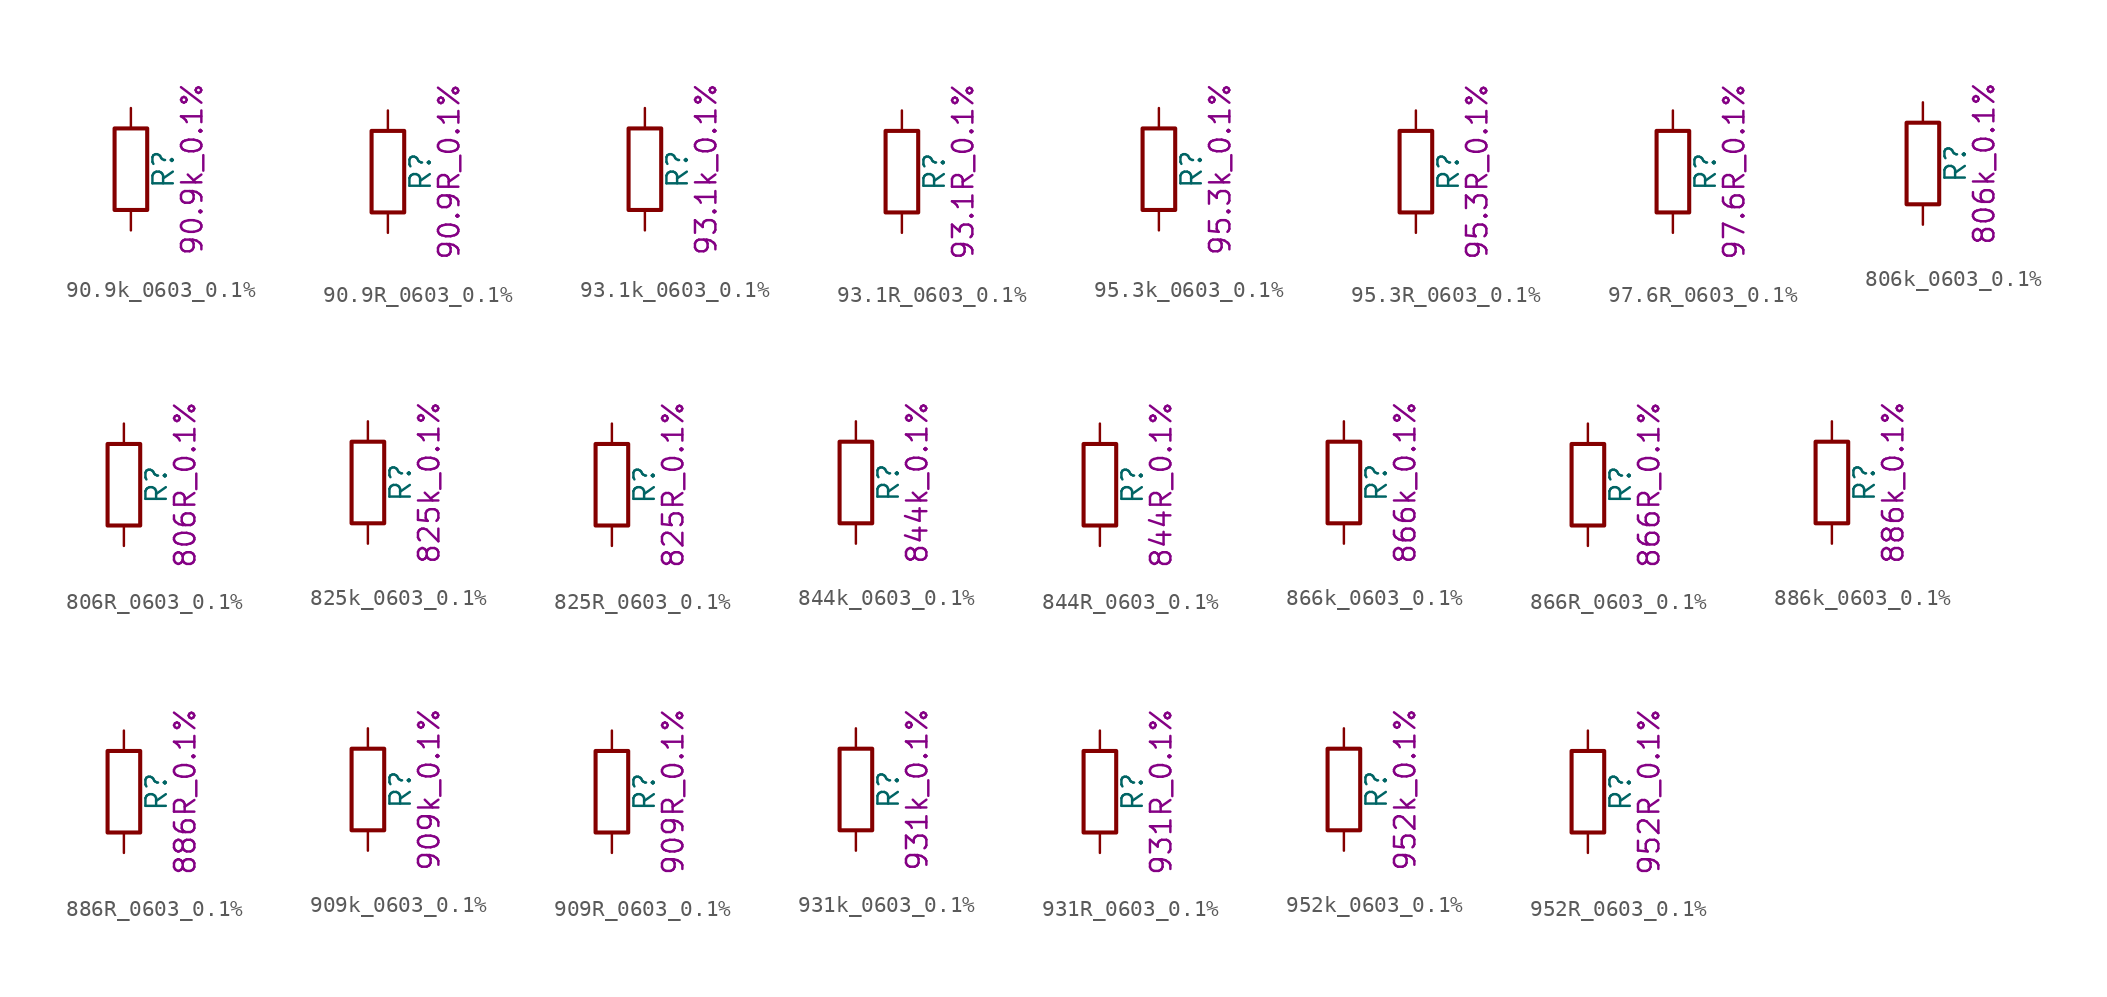
<source format=kicad_sym>
(kicad_symbol_lib
  (version 20211014)
  (generator kicad_symbol_editor)
  (symbol "90.9k_0603_0.1%"
    (pin_numbers hide)
    (pin_names
      (offset 0))
    (property "Reference" "R"
      (at 2.032 0 90)
      (effects (font (size 1.27 1.27))))
    (property "Display" "90.9k_0.1%"
      (at 3.81 0 90)
      (effects (font (size 1.27 1.27))))
    (symbol "90.9k_0603_0.1%_0_1"
      (rectangle (start -1.016 -2.54) (end 1.016 2.54) (stroke (width 0.254) (type default) (color 0 0 0 0)) (fill (type none))))
    (symbol "90.9k_0603_0.1%_1_1"
      (pin passive line (at 0 3.81 270) (length 1.27) (name "~" (effects (font (size 1.27 1.27)))) (number "1" (effects (font (size 1.27 1.27)))))
      (pin passive line (at 0 -3.81 90) (length 1.27) (name "~" (effects (font (size 1.27 1.27)))) (number "2" (effects (font (size 1.27 1.27)))))))
  (symbol "90.9R_0603_0.1%"
    (pin_numbers hide)
    (pin_names
      (offset 0))
    (property "Reference" "R"
      (at 2.032 0 90)
      (effects (font (size 1.27 1.27))))
    (property "Display" "90.9R_0.1%"
      (at 3.81 0 90)
      (effects (font (size 1.27 1.27))))
    (symbol "90.9R_0603_0.1%_0_1"
      (rectangle (start -1.016 -2.54) (end 1.016 2.54) (stroke (width 0.254) (type default) (color 0 0 0 0)) (fill (type none))))
    (symbol "90.9R_0603_0.1%_1_1"
      (pin passive line (at 0 3.81 270) (length 1.27) (name "~" (effects (font (size 1.27 1.27)))) (number "1" (effects (font (size 1.27 1.27)))))
      (pin passive line (at 0 -3.81 90) (length 1.27) (name "~" (effects (font (size 1.27 1.27)))) (number "2" (effects (font (size 1.27 1.27)))))))
  (symbol "93.1k_0603_0.1%"
    (pin_numbers hide)
    (pin_names
      (offset 0))
    (property "Reference" "R"
      (at 2.032 0 90)
      (effects (font (size 1.27 1.27))))
    (property "Display" "93.1k_0.1%"
      (at 3.81 0 90)
      (effects (font (size 1.27 1.27))))
    (symbol "93.1k_0603_0.1%_0_1"
      (rectangle (start -1.016 -2.54) (end 1.016 2.54) (stroke (width 0.254) (type default) (color 0 0 0 0)) (fill (type none))))
    (symbol "93.1k_0603_0.1%_1_1"
      (pin passive line (at 0 3.81 270) (length 1.27) (name "~" (effects (font (size 1.27 1.27)))) (number "1" (effects (font (size 1.27 1.27)))))
      (pin passive line (at 0 -3.81 90) (length 1.27) (name "~" (effects (font (size 1.27 1.27)))) (number "2" (effects (font (size 1.27 1.27)))))))
  (symbol "93.1R_0603_0.1%"
    (pin_numbers hide)
    (pin_names
      (offset 0))
    (property "Reference" "R"
      (at 2.032 0 90)
      (effects (font (size 1.27 1.27))))
    (property "Display" "93.1R_0.1%"
      (at 3.81 0 90)
      (effects (font (size 1.27 1.27))))
    (symbol "93.1R_0603_0.1%_0_1"
      (rectangle (start -1.016 -2.54) (end 1.016 2.54) (stroke (width 0.254) (type default) (color 0 0 0 0)) (fill (type none))))
    (symbol "93.1R_0603_0.1%_1_1"
      (pin passive line (at 0 3.81 270) (length 1.27) (name "~" (effects (font (size 1.27 1.27)))) (number "1" (effects (font (size 1.27 1.27)))))
      (pin passive line (at 0 -3.81 90) (length 1.27) (name "~" (effects (font (size 1.27 1.27)))) (number "2" (effects (font (size 1.27 1.27)))))))
  (symbol "95.3k_0603_0.1%"
    (pin_numbers hide)
    (pin_names
      (offset 0))
    (property "Reference" "R"
      (at 2.032 0 90)
      (effects (font (size 1.27 1.27))))
    (property "Display" "95.3k_0.1%"
      (at 3.81 0 90)
      (effects (font (size 1.27 1.27))))
    (symbol "95.3k_0603_0.1%_0_1"
      (rectangle (start -1.016 -2.54) (end 1.016 2.54) (stroke (width 0.254) (type default) (color 0 0 0 0)) (fill (type none))))
    (symbol "95.3k_0603_0.1%_1_1"
      (pin passive line (at 0 3.81 270) (length 1.27) (name "~" (effects (font (size 1.27 1.27)))) (number "1" (effects (font (size 1.27 1.27)))))
      (pin passive line (at 0 -3.81 90) (length 1.27) (name "~" (effects (font (size 1.27 1.27)))) (number "2" (effects (font (size 1.27 1.27)))))))
  (symbol "95.3R_0603_0.1%"
    (pin_numbers hide)
    (pin_names
      (offset 0))
    (property "Reference" "R"
      (at 2.032 0 90)
      (effects (font (size 1.27 1.27))))
    (property "Display" "95.3R_0.1%"
      (at 3.81 0 90)
      (effects (font (size 1.27 1.27))))
    (symbol "95.3R_0603_0.1%_0_1"
      (rectangle (start -1.016 -2.54) (end 1.016 2.54) (stroke (width 0.254) (type default) (color 0 0 0 0)) (fill (type none))))
    (symbol "95.3R_0603_0.1%_1_1"
      (pin passive line (at 0 3.81 270) (length 1.27) (name "~" (effects (font (size 1.27 1.27)))) (number "1" (effects (font (size 1.27 1.27)))))
      (pin passive line (at 0 -3.81 90) (length 1.27) (name "~" (effects (font (size 1.27 1.27)))) (number "2" (effects (font (size 1.27 1.27)))))))
  (symbol "97.6R_0603_0.1%"
    (pin_numbers hide)
    (pin_names
      (offset 0))
    (property "Reference" "R"
      (at 2.032 0 90)
      (effects (font (size 1.27 1.27))))
    (property "Display" "97.6R_0.1%"
      (at 3.81 0 90)
      (effects (font (size 1.27 1.27))))
    (symbol "97.6R_0603_0.1%_0_1"
      (rectangle (start -1.016 -2.54) (end 1.016 2.54) (stroke (width 0.254) (type default) (color 0 0 0 0)) (fill (type none))))
    (symbol "97.6R_0603_0.1%_1_1"
      (pin passive line (at 0 3.81 270) (length 1.27) (name "~" (effects (font (size 1.27 1.27)))) (number "1" (effects (font (size 1.27 1.27)))))
      (pin passive line (at 0 -3.81 90) (length 1.27) (name "~" (effects (font (size 1.27 1.27)))) (number "2" (effects (font (size 1.27 1.27)))))))
  (symbol "806k_0603_0.1%"
    (pin_numbers hide)
    (pin_names
      (offset 0))
    (property "Reference" "R"
      (at 2.032 0 90)
      (effects (font (size 1.27 1.27))))
    (property "Display" "806k_0.1%"
      (at 3.81 0 90)
      (effects (font (size 1.27 1.27))))
    (symbol "806k_0603_0.1%_0_1"
      (rectangle (start -1.016 -2.54) (end 1.016 2.54) (stroke (width 0.254) (type default) (color 0 0 0 0)) (fill (type none))))
    (symbol "806k_0603_0.1%_1_1"
      (pin passive line (at 0 3.81 270) (length 1.27) (name "~" (effects (font (size 1.27 1.27)))) (number "1" (effects (font (size 1.27 1.27)))))
      (pin passive line (at 0 -3.81 90) (length 1.27) (name "~" (effects (font (size 1.27 1.27)))) (number "2" (effects (font (size 1.27 1.27)))))))
  (symbol "806R_0603_0.1%"
    (pin_numbers hide)
    (pin_names
      (offset 0))
    (property "Reference" "R"
      (at 2.032 0 90)
      (effects (font (size 1.27 1.27))))
    (property "Display" "806R_0.1%"
      (at 3.81 0 90)
      (effects (font (size 1.27 1.27))))
    (symbol "806R_0603_0.1%_0_1"
      (rectangle (start -1.016 -2.54) (end 1.016 2.54) (stroke (width 0.254) (type default) (color 0 0 0 0)) (fill (type none))))
    (symbol "806R_0603_0.1%_1_1"
      (pin passive line (at 0 3.81 270) (length 1.27) (name "~" (effects (font (size 1.27 1.27)))) (number "1" (effects (font (size 1.27 1.27)))))
      (pin passive line (at 0 -3.81 90) (length 1.27) (name "~" (effects (font (size 1.27 1.27)))) (number "2" (effects (font (size 1.27 1.27)))))))
  (symbol "825k_0603_0.1%"
    (pin_numbers hide)
    (pin_names
      (offset 0))
    (property "Reference" "R"
      (at 2.032 0 90)
      (effects (font (size 1.27 1.27))))
    (property "Display" "825k_0.1%"
      (at 3.81 0 90)
      (effects (font (size 1.27 1.27))))
    (symbol "825k_0603_0.1%_0_1"
      (rectangle (start -1.016 -2.54) (end 1.016 2.54) (stroke (width 0.254) (type default) (color 0 0 0 0)) (fill (type none))))
    (symbol "825k_0603_0.1%_1_1"
      (pin passive line (at 0 3.81 270) (length 1.27) (name "~" (effects (font (size 1.27 1.27)))) (number "1" (effects (font (size 1.27 1.27)))))
      (pin passive line (at 0 -3.81 90) (length 1.27) (name "~" (effects (font (size 1.27 1.27)))) (number "2" (effects (font (size 1.27 1.27)))))))
  (symbol "825R_0603_0.1%"
    (pin_numbers hide)
    (pin_names
      (offset 0))
    (property "Reference" "R"
      (at 2.032 0 90)
      (effects (font (size 1.27 1.27))))
    (property "Display" "825R_0.1%"
      (at 3.81 0 90)
      (effects (font (size 1.27 1.27))))
    (symbol "825R_0603_0.1%_0_1"
      (rectangle (start -1.016 -2.54) (end 1.016 2.54) (stroke (width 0.254) (type default) (color 0 0 0 0)) (fill (type none))))
    (symbol "825R_0603_0.1%_1_1"
      (pin passive line (at 0 3.81 270) (length 1.27) (name "~" (effects (font (size 1.27 1.27)))) (number "1" (effects (font (size 1.27 1.27)))))
      (pin passive line (at 0 -3.81 90) (length 1.27) (name "~" (effects (font (size 1.27 1.27)))) (number "2" (effects (font (size 1.27 1.27)))))))
  (symbol "844k_0603_0.1%"
    (pin_numbers hide)
    (pin_names
      (offset 0))
    (property "Reference" "R"
      (at 2.032 0 90)
      (effects (font (size 1.27 1.27))))
    (property "Display" "844k_0.1%"
      (at 3.81 0 90)
      (effects (font (size 1.27 1.27))))
    (symbol "844k_0603_0.1%_0_1"
      (rectangle (start -1.016 -2.54) (end 1.016 2.54) (stroke (width 0.254) (type default) (color 0 0 0 0)) (fill (type none))))
    (symbol "844k_0603_0.1%_1_1"
      (pin passive line (at 0 3.81 270) (length 1.27) (name "~" (effects (font (size 1.27 1.27)))) (number "1" (effects (font (size 1.27 1.27)))))
      (pin passive line (at 0 -3.81 90) (length 1.27) (name "~" (effects (font (size 1.27 1.27)))) (number "2" (effects (font (size 1.27 1.27)))))))
  (symbol "844R_0603_0.1%"
    (pin_numbers hide)
    (pin_names
      (offset 0))
    (property "Reference" "R"
      (at 2.032 0 90)
      (effects (font (size 1.27 1.27))))
    (property "Display" "844R_0.1%"
      (at 3.81 0 90)
      (effects (font (size 1.27 1.27))))
    (symbol "844R_0603_0.1%_0_1"
      (rectangle (start -1.016 -2.54) (end 1.016 2.54) (stroke (width 0.254) (type default) (color 0 0 0 0)) (fill (type none))))
    (symbol "844R_0603_0.1%_1_1"
      (pin passive line (at 0 3.81 270) (length 1.27) (name "~" (effects (font (size 1.27 1.27)))) (number "1" (effects (font (size 1.27 1.27)))))
      (pin passive line (at 0 -3.81 90) (length 1.27) (name "~" (effects (font (size 1.27 1.27)))) (number "2" (effects (font (size 1.27 1.27)))))))
  (symbol "866k_0603_0.1%"
    (pin_numbers hide)
    (pin_names
      (offset 0))
    (property "Reference" "R"
      (at 2.032 0 90)
      (effects (font (size 1.27 1.27))))
    (property "Display" "866k_0.1%"
      (at 3.81 0 90)
      (effects (font (size 1.27 1.27))))
    (symbol "866k_0603_0.1%_0_1"
      (rectangle (start -1.016 -2.54) (end 1.016 2.54) (stroke (width 0.254) (type default) (color 0 0 0 0)) (fill (type none))))
    (symbol "866k_0603_0.1%_1_1"
      (pin passive line (at 0 3.81 270) (length 1.27) (name "~" (effects (font (size 1.27 1.27)))) (number "1" (effects (font (size 1.27 1.27)))))
      (pin passive line (at 0 -3.81 90) (length 1.27) (name "~" (effects (font (size 1.27 1.27)))) (number "2" (effects (font (size 1.27 1.27)))))))
  (symbol "866R_0603_0.1%"
    (pin_numbers hide)
    (pin_names
      (offset 0))
    (property "Reference" "R"
      (at 2.032 0 90)
      (effects (font (size 1.27 1.27))))
    (property "Display" "866R_0.1%"
      (at 3.81 0 90)
      (effects (font (size 1.27 1.27))))
    (symbol "866R_0603_0.1%_0_1"
      (rectangle (start -1.016 -2.54) (end 1.016 2.54) (stroke (width 0.254) (type default) (color 0 0 0 0)) (fill (type none))))
    (symbol "866R_0603_0.1%_1_1"
      (pin passive line (at 0 3.81 270) (length 1.27) (name "~" (effects (font (size 1.27 1.27)))) (number "1" (effects (font (size 1.27 1.27)))))
      (pin passive line (at 0 -3.81 90) (length 1.27) (name "~" (effects (font (size 1.27 1.27)))) (number "2" (effects (font (size 1.27 1.27)))))))
  (symbol "886k_0603_0.1%"
    (pin_numbers hide)
    (pin_names
      (offset 0))
    (property "Reference" "R"
      (at 2.032 0 90)
      (effects (font (size 1.27 1.27))))
    (property "Display" "886k_0.1%"
      (at 3.81 0 90)
      (effects (font (size 1.27 1.27))))
    (symbol "886k_0603_0.1%_0_1"
      (rectangle (start -1.016 -2.54) (end 1.016 2.54) (stroke (width 0.254) (type default) (color 0 0 0 0)) (fill (type none))))
    (symbol "886k_0603_0.1%_1_1"
      (pin passive line (at 0 3.81 270) (length 1.27) (name "~" (effects (font (size 1.27 1.27)))) (number "1" (effects (font (size 1.27 1.27)))))
      (pin passive line (at 0 -3.81 90) (length 1.27) (name "~" (effects (font (size 1.27 1.27)))) (number "2" (effects (font (size 1.27 1.27)))))))
  (symbol "886R_0603_0.1%"
    (pin_numbers hide)
    (pin_names
      (offset 0))
    (property "Reference" "R"
      (at 2.032 0 90)
      (effects (font (size 1.27 1.27))))
    (property "Display" "886R_0.1%"
      (at 3.81 0 90)
      (effects (font (size 1.27 1.27))))
    (symbol "886R_0603_0.1%_0_1"
      (rectangle (start -1.016 -2.54) (end 1.016 2.54) (stroke (width 0.254) (type default) (color 0 0 0 0)) (fill (type none))))
    (symbol "886R_0603_0.1%_1_1"
      (pin passive line (at 0 3.81 270) (length 1.27) (name "~" (effects (font (size 1.27 1.27)))) (number "1" (effects (font (size 1.27 1.27)))))
      (pin passive line (at 0 -3.81 90) (length 1.27) (name "~" (effects (font (size 1.27 1.27)))) (number "2" (effects (font (size 1.27 1.27)))))))
  (symbol "909k_0603_0.1%"
    (pin_numbers hide)
    (pin_names
      (offset 0))
    (property "Reference" "R"
      (at 2.032 0 90)
      (effects (font (size 1.27 1.27))))
    (property "Display" "909k_0.1%"
      (at 3.81 0 90)
      (effects (font (size 1.27 1.27))))
    (symbol "909k_0603_0.1%_0_1"
      (rectangle (start -1.016 -2.54) (end 1.016 2.54) (stroke (width 0.254) (type default) (color 0 0 0 0)) (fill (type none))))
    (symbol "909k_0603_0.1%_1_1"
      (pin passive line (at 0 3.81 270) (length 1.27) (name "~" (effects (font (size 1.27 1.27)))) (number "1" (effects (font (size 1.27 1.27)))))
      (pin passive line (at 0 -3.81 90) (length 1.27) (name "~" (effects (font (size 1.27 1.27)))) (number "2" (effects (font (size 1.27 1.27)))))))
  (symbol "909R_0603_0.1%"
    (pin_numbers hide)
    (pin_names
      (offset 0))
    (property "Reference" "R"
      (at 2.032 0 90)
      (effects (font (size 1.27 1.27))))
    (property "Display" "909R_0.1%"
      (at 3.81 0 90)
      (effects (font (size 1.27 1.27))))
    (symbol "909R_0603_0.1%_0_1"
      (rectangle (start -1.016 -2.54) (end 1.016 2.54) (stroke (width 0.254) (type default) (color 0 0 0 0)) (fill (type none))))
    (symbol "909R_0603_0.1%_1_1"
      (pin passive line (at 0 3.81 270) (length 1.27) (name "~" (effects (font (size 1.27 1.27)))) (number "1" (effects (font (size 1.27 1.27)))))
      (pin passive line (at 0 -3.81 90) (length 1.27) (name "~" (effects (font (size 1.27 1.27)))) (number "2" (effects (font (size 1.27 1.27)))))))
  (symbol "931k_0603_0.1%"
    (pin_numbers hide)
    (pin_names
      (offset 0))
    (property "Reference" "R"
      (at 2.032 0 90)
      (effects (font (size 1.27 1.27))))
    (property "Display" "931k_0.1%"
      (at 3.81 0 90)
      (effects (font (size 1.27 1.27))))
    (symbol "931k_0603_0.1%_0_1"
      (rectangle (start -1.016 -2.54) (end 1.016 2.54) (stroke (width 0.254) (type default) (color 0 0 0 0)) (fill (type none))))
    (symbol "931k_0603_0.1%_1_1"
      (pin passive line (at 0 3.81 270) (length 1.27) (name "~" (effects (font (size 1.27 1.27)))) (number "1" (effects (font (size 1.27 1.27)))))
      (pin passive line (at 0 -3.81 90) (length 1.27) (name "~" (effects (font (size 1.27 1.27)))) (number "2" (effects (font (size 1.27 1.27)))))))
  (symbol "931R_0603_0.1%"
    (pin_numbers hide)
    (pin_names
      (offset 0))
    (property "Reference" "R"
      (at 2.032 0 90)
      (effects (font (size 1.27 1.27))))
    (property "Display" "931R_0.1%"
      (at 3.81 0 90)
      (effects (font (size 1.27 1.27))))
    (symbol "931R_0603_0.1%_0_1"
      (rectangle (start -1.016 -2.54) (end 1.016 2.54) (stroke (width 0.254) (type default) (color 0 0 0 0)) (fill (type none))))
    (symbol "931R_0603_0.1%_1_1"
      (pin passive line (at 0 3.81 270) (length 1.27) (name "~" (effects (font (size 1.27 1.27)))) (number "1" (effects (font (size 1.27 1.27)))))
      (pin passive line (at 0 -3.81 90) (length 1.27) (name "~" (effects (font (size 1.27 1.27)))) (number "2" (effects (font (size 1.27 1.27)))))))
  (symbol "952k_0603_0.1%"
    (pin_numbers hide)
    (pin_names
      (offset 0))
    (property "Reference" "R"
      (at 2.032 0 90)
      (effects (font (size 1.27 1.27))))
    (property "Display" "952k_0.1%"
      (at 3.81 0 90)
      (effects (font (size 1.27 1.27))))
    (symbol "952k_0603_0.1%_0_1"
      (rectangle (start -1.016 -2.54) (end 1.016 2.54) (stroke (width 0.254) (type default) (color 0 0 0 0)) (fill (type none))))
    (symbol "952k_0603_0.1%_1_1"
      (pin passive line (at 0 3.81 270) (length 1.27) (name "~" (effects (font (size 1.27 1.27)))) (number "1" (effects (font (size 1.27 1.27)))))
      (pin passive line (at 0 -3.81 90) (length 1.27) (name "~" (effects (font (size 1.27 1.27)))) (number "2" (effects (font (size 1.27 1.27)))))))
  (symbol "952R_0603_0.1%"
    (pin_numbers hide)
    (pin_names
      (offset 0))
    (property "Reference" "R"
      (at 2.032 0 90)
      (effects (font (size 1.27 1.27))))
    (property "Display" "952R_0.1%"
      (at 3.81 0 90)
      (effects (font (size 1.27 1.27))))
    (symbol "952R_0603_0.1%_0_1"
      (rectangle (start -1.016 -2.54) (end 1.016 2.54) (stroke (width 0.254) (type default) (color 0 0 0 0)) (fill (type none))))
    (symbol "952R_0603_0.1%_1_1"
      (pin passive line (at 0 3.81 270) (length 1.27) (name "~" (effects (font (size 1.27 1.27)))) (number "1" (effects (font (size 1.27 1.27)))))
      (pin passive line (at 0 -3.81 90) (length 1.27) (name "~" (effects (font (size 1.27 1.27)))) (number "2" (effects (font (size 1.27 1.27))))))))
</source>
